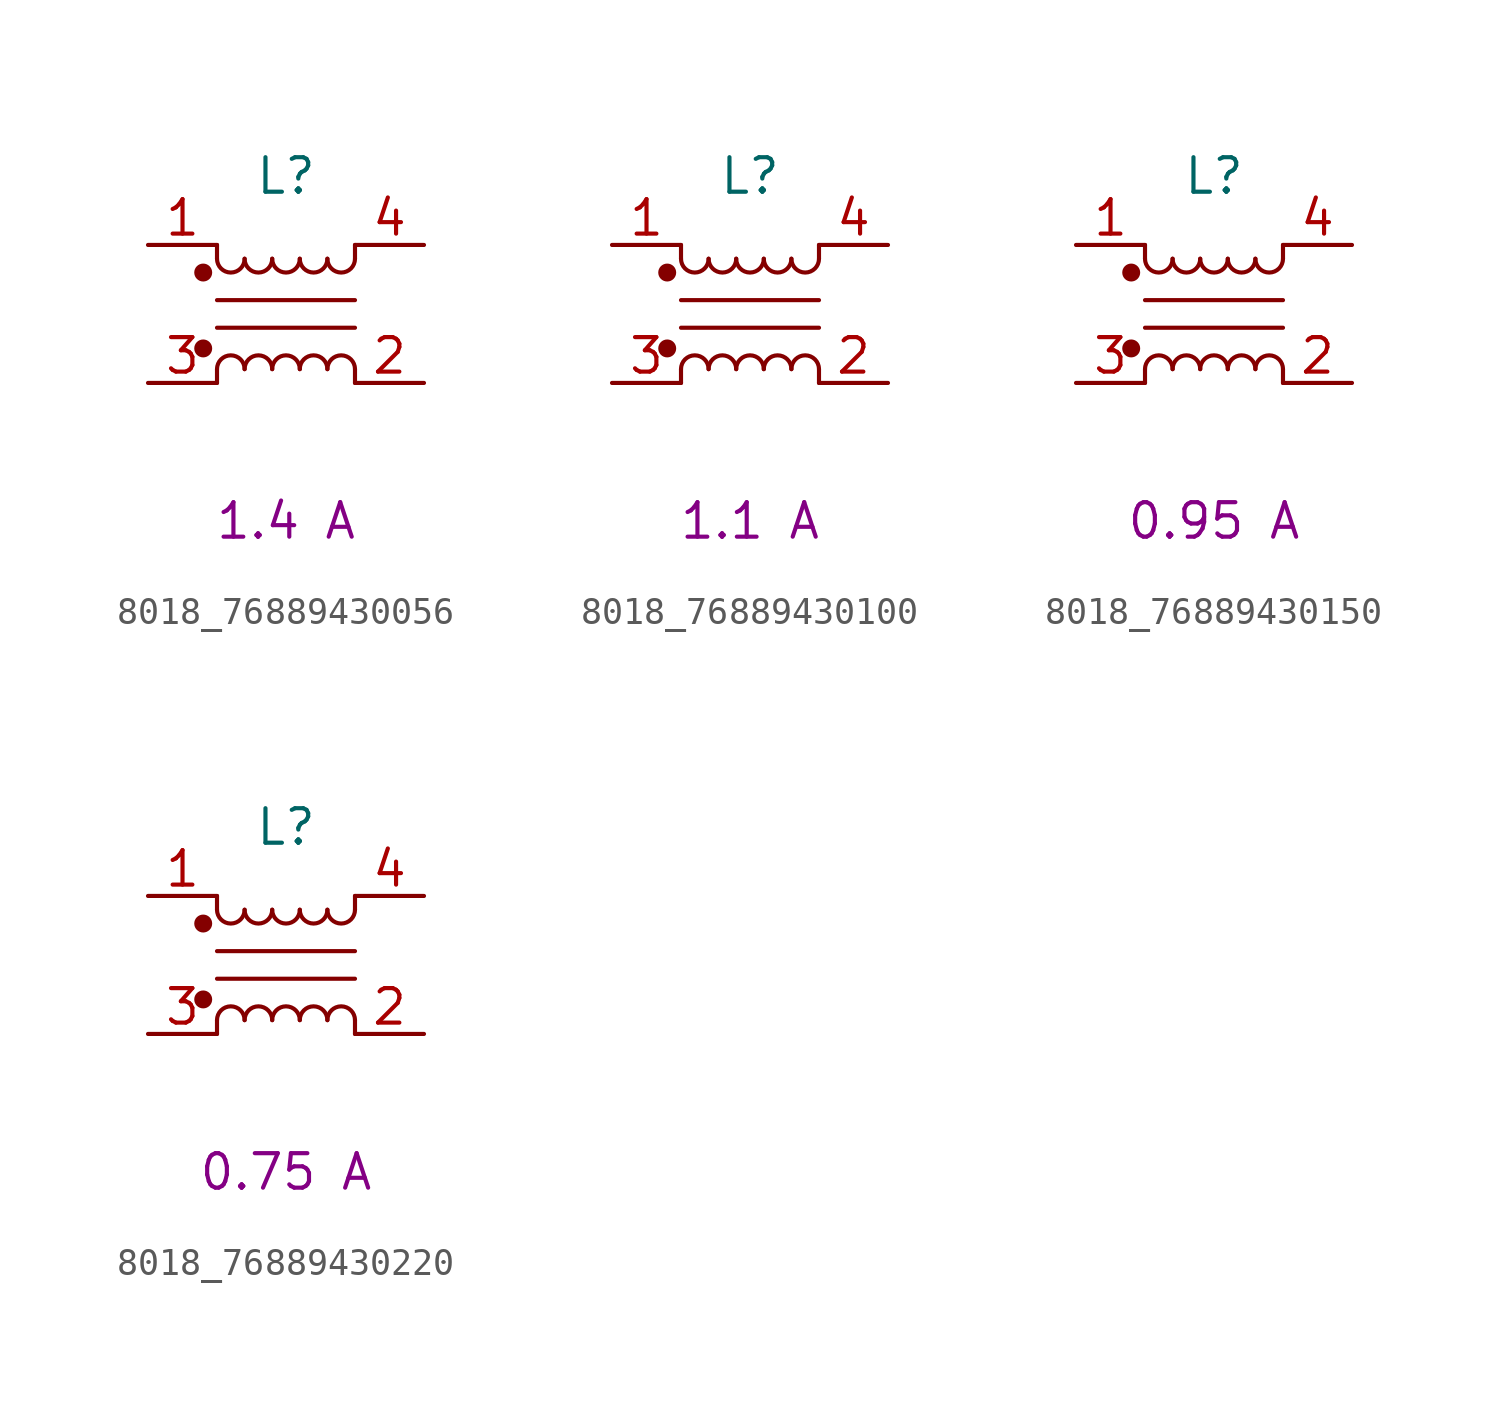
<source format=kicad_sym>
(kicad_symbol_lib
  (version 20220914)
  (generator kicad_symbol_editor)
  (symbol "8018_76889430056"
    (pin_names hide)
    (property "Reference" "L"
      (at 0 5.08 0)
      (effects (font (size 1.27 1.27))))
    (property "Critical Parameter" "1.4 A"
      (at 0 -7.62 0)
      (effects (font (size 1.27 1.27))))
    (symbol "8018_76889430056_0_1"
      (circle (center -3.048 -1.27) (radius 0.254) (stroke (width 0) (type default)) (fill (type outline)))
      (circle (center -3.048 1.524) (radius 0.254) (stroke (width 0) (type default)) (fill (type outline)))
      (arc (start -2.54 2.032) (mid -2.032 1.5262) (end -1.524 2.032) (stroke (width 0) (type default)) (fill (type none)))
      (arc (start -1.524 -2.032) (mid -2.032 -1.5262) (end -2.54 -2.032) (stroke (width 0) (type default)) (fill (type none)))
      (arc (start -1.524 2.032) (mid -1.016 1.5262) (end -0.508 2.032) (stroke (width 0) (type default)) (fill (type none)))
      (arc (start -0.508 -2.032) (mid -1.016 -1.5262) (end -1.524 -2.032) (stroke (width 0) (type default)) (fill (type none)))
      (arc (start -0.508 2.032) (mid 0 1.5262) (end 0.508 2.032) (stroke (width 0) (type default)) (fill (type none)))
      (polyline (pts (xy -2.54 -2.032) (xy -2.54 -2.54)) (stroke (width 0) (type default)) (fill (type none)))
      (polyline (pts (xy -2.54 0.508) (xy 2.54 0.508)) (stroke (width 0) (type default)) (fill (type none)))
      (polyline (pts (xy -2.54 2.032) (xy -2.54 2.54)) (stroke (width 0) (type default)) (fill (type none)))
      (polyline (pts (xy 2.54 -2.032) (xy 2.54 -2.54)) (stroke (width 0) (type default)) (fill (type none)))
      (polyline (pts (xy 2.54 -0.508) (xy -2.54 -0.508)) (stroke (width 0) (type default)) (fill (type none)))
      (polyline (pts (xy 2.54 2.54) (xy 2.54 2.032)) (stroke (width 0) (type default)) (fill (type none)))
      (arc (start 0.508 -2.032) (mid 0 -1.5262) (end -0.508 -2.032) (stroke (width 0) (type default)) (fill (type none)))
      (arc (start 0.508 2.032) (mid 1.016 1.5262) (end 1.524 2.032) (stroke (width 0) (type default)) (fill (type none)))
      (arc (start 1.524 -2.032) (mid 1.016 -1.5262) (end 0.508 -2.032) (stroke (width 0) (type default)) (fill (type none)))
      (arc (start 1.524 2.032) (mid 2.032 1.5262) (end 2.54 2.032) (stroke (width 0) (type default)) (fill (type none)))
      (arc (start 2.54 -2.032) (mid 2.032 -1.5262) (end 1.524 -2.032) (stroke (width 0) (type default)) (fill (type none))))
    (symbol "8018_76889430056_1_1"
      (pin passive line (at -5.08 2.54 0) (length 2.54) (name "1" (effects (font (size 1.27 1.27)))) (number "1" (effects (font (size 1.27 1.27)))))
      (pin passive line (at 5.08 -2.54 180) (length 2.54) (name "2" (effects (font (size 1.27 1.27)))) (number "2" (effects (font (size 1.27 1.27)))))
      (pin passive line (at -5.08 -2.54 0) (length 2.54) (name "3" (effects (font (size 1.27 1.27)))) (number "3" (effects (font (size 1.27 1.27)))))
      (pin passive line (at 5.08 2.54 180) (length 2.54) (name "4" (effects (font (size 1.27 1.27)))) (number "4" (effects (font (size 1.27 1.27)))))))
  (symbol "8018_76889430100"
    (pin_names hide)
    (property "Reference" "L"
      (at 0 5.08 0)
      (effects (font (size 1.27 1.27))))
    (property "Critical Parameter" "1.1 A"
      (at 0 -7.62 0)
      (effects (font (size 1.27 1.27))))
    (symbol "8018_76889430100_0_1"
      (circle (center -3.048 -1.27) (radius 0.254) (stroke (width 0) (type default)) (fill (type outline)))
      (circle (center -3.048 1.524) (radius 0.254) (stroke (width 0) (type default)) (fill (type outline)))
      (arc (start -2.54 2.032) (mid -2.032 1.5262) (end -1.524 2.032) (stroke (width 0) (type default)) (fill (type none)))
      (arc (start -1.524 -2.032) (mid -2.032 -1.5262) (end -2.54 -2.032) (stroke (width 0) (type default)) (fill (type none)))
      (arc (start -1.524 2.032) (mid -1.016 1.5262) (end -0.508 2.032) (stroke (width 0) (type default)) (fill (type none)))
      (arc (start -0.508 -2.032) (mid -1.016 -1.5262) (end -1.524 -2.032) (stroke (width 0) (type default)) (fill (type none)))
      (arc (start -0.508 2.032) (mid 0 1.5262) (end 0.508 2.032) (stroke (width 0) (type default)) (fill (type none)))
      (polyline (pts (xy -2.54 -2.032) (xy -2.54 -2.54)) (stroke (width 0) (type default)) (fill (type none)))
      (polyline (pts (xy -2.54 0.508) (xy 2.54 0.508)) (stroke (width 0) (type default)) (fill (type none)))
      (polyline (pts (xy -2.54 2.032) (xy -2.54 2.54)) (stroke (width 0) (type default)) (fill (type none)))
      (polyline (pts (xy 2.54 -2.032) (xy 2.54 -2.54)) (stroke (width 0) (type default)) (fill (type none)))
      (polyline (pts (xy 2.54 -0.508) (xy -2.54 -0.508)) (stroke (width 0) (type default)) (fill (type none)))
      (polyline (pts (xy 2.54 2.54) (xy 2.54 2.032)) (stroke (width 0) (type default)) (fill (type none)))
      (arc (start 0.508 -2.032) (mid 0 -1.5262) (end -0.508 -2.032) (stroke (width 0) (type default)) (fill (type none)))
      (arc (start 0.508 2.032) (mid 1.016 1.5262) (end 1.524 2.032) (stroke (width 0) (type default)) (fill (type none)))
      (arc (start 1.524 -2.032) (mid 1.016 -1.5262) (end 0.508 -2.032) (stroke (width 0) (type default)) (fill (type none)))
      (arc (start 1.524 2.032) (mid 2.032 1.5262) (end 2.54 2.032) (stroke (width 0) (type default)) (fill (type none)))
      (arc (start 2.54 -2.032) (mid 2.032 -1.5262) (end 1.524 -2.032) (stroke (width 0) (type default)) (fill (type none))))
    (symbol "8018_76889430100_1_1"
      (pin passive line (at -5.08 2.54 0) (length 2.54) (name "1" (effects (font (size 1.27 1.27)))) (number "1" (effects (font (size 1.27 1.27)))))
      (pin passive line (at 5.08 -2.54 180) (length 2.54) (name "2" (effects (font (size 1.27 1.27)))) (number "2" (effects (font (size 1.27 1.27)))))
      (pin passive line (at -5.08 -2.54 0) (length 2.54) (name "3" (effects (font (size 1.27 1.27)))) (number "3" (effects (font (size 1.27 1.27)))))
      (pin passive line (at 5.08 2.54 180) (length 2.54) (name "4" (effects (font (size 1.27 1.27)))) (number "4" (effects (font (size 1.27 1.27)))))))
  (symbol "8018_76889430150"
    (pin_names hide)
    (property "Reference" "L"
      (at 0 5.08 0)
      (effects (font (size 1.27 1.27))))
    (property "Critical Parameter" "0.95 A"
      (at 0 -7.62 0)
      (effects (font (size 1.27 1.27))))
    (symbol "8018_76889430150_0_1"
      (circle (center -3.048 -1.27) (radius 0.254) (stroke (width 0) (type default)) (fill (type outline)))
      (circle (center -3.048 1.524) (radius 0.254) (stroke (width 0) (type default)) (fill (type outline)))
      (arc (start -2.54 2.032) (mid -2.032 1.5262) (end -1.524 2.032) (stroke (width 0) (type default)) (fill (type none)))
      (arc (start -1.524 -2.032) (mid -2.032 -1.5262) (end -2.54 -2.032) (stroke (width 0) (type default)) (fill (type none)))
      (arc (start -1.524 2.032) (mid -1.016 1.5262) (end -0.508 2.032) (stroke (width 0) (type default)) (fill (type none)))
      (arc (start -0.508 -2.032) (mid -1.016 -1.5262) (end -1.524 -2.032) (stroke (width 0) (type default)) (fill (type none)))
      (arc (start -0.508 2.032) (mid 0 1.5262) (end 0.508 2.032) (stroke (width 0) (type default)) (fill (type none)))
      (polyline (pts (xy -2.54 -2.032) (xy -2.54 -2.54)) (stroke (width 0) (type default)) (fill (type none)))
      (polyline (pts (xy -2.54 0.508) (xy 2.54 0.508)) (stroke (width 0) (type default)) (fill (type none)))
      (polyline (pts (xy -2.54 2.032) (xy -2.54 2.54)) (stroke (width 0) (type default)) (fill (type none)))
      (polyline (pts (xy 2.54 -2.032) (xy 2.54 -2.54)) (stroke (width 0) (type default)) (fill (type none)))
      (polyline (pts (xy 2.54 -0.508) (xy -2.54 -0.508)) (stroke (width 0) (type default)) (fill (type none)))
      (polyline (pts (xy 2.54 2.54) (xy 2.54 2.032)) (stroke (width 0) (type default)) (fill (type none)))
      (arc (start 0.508 -2.032) (mid 0 -1.5262) (end -0.508 -2.032) (stroke (width 0) (type default)) (fill (type none)))
      (arc (start 0.508 2.032) (mid 1.016 1.5262) (end 1.524 2.032) (stroke (width 0) (type default)) (fill (type none)))
      (arc (start 1.524 -2.032) (mid 1.016 -1.5262) (end 0.508 -2.032) (stroke (width 0) (type default)) (fill (type none)))
      (arc (start 1.524 2.032) (mid 2.032 1.5262) (end 2.54 2.032) (stroke (width 0) (type default)) (fill (type none)))
      (arc (start 2.54 -2.032) (mid 2.032 -1.5262) (end 1.524 -2.032) (stroke (width 0) (type default)) (fill (type none))))
    (symbol "8018_76889430150_1_1"
      (pin passive line (at -5.08 2.54 0) (length 2.54) (name "1" (effects (font (size 1.27 1.27)))) (number "1" (effects (font (size 1.27 1.27)))))
      (pin passive line (at 5.08 -2.54 180) (length 2.54) (name "2" (effects (font (size 1.27 1.27)))) (number "2" (effects (font (size 1.27 1.27)))))
      (pin passive line (at -5.08 -2.54 0) (length 2.54) (name "3" (effects (font (size 1.27 1.27)))) (number "3" (effects (font (size 1.27 1.27)))))
      (pin passive line (at 5.08 2.54 180) (length 2.54) (name "4" (effects (font (size 1.27 1.27)))) (number "4" (effects (font (size 1.27 1.27)))))))
  (symbol "8018_76889430220"
    (pin_names hide)
    (property "Reference" "L"
      (at 0 5.08 0)
      (effects (font (size 1.27 1.27))))
    (property "Critical Parameter" "0.75 A"
      (at 0 -7.62 0)
      (effects (font (size 1.27 1.27))))
    (symbol "8018_76889430220_0_1"
      (circle (center -3.048 -1.27) (radius 0.254) (stroke (width 0) (type default)) (fill (type outline)))
      (circle (center -3.048 1.524) (radius 0.254) (stroke (width 0) (type default)) (fill (type outline)))
      (arc (start -2.54 2.032) (mid -2.032 1.5262) (end -1.524 2.032) (stroke (width 0) (type default)) (fill (type none)))
      (arc (start -1.524 -2.032) (mid -2.032 -1.5262) (end -2.54 -2.032) (stroke (width 0) (type default)) (fill (type none)))
      (arc (start -1.524 2.032) (mid -1.016 1.5262) (end -0.508 2.032) (stroke (width 0) (type default)) (fill (type none)))
      (arc (start -0.508 -2.032) (mid -1.016 -1.5262) (end -1.524 -2.032) (stroke (width 0) (type default)) (fill (type none)))
      (arc (start -0.508 2.032) (mid 0 1.5262) (end 0.508 2.032) (stroke (width 0) (type default)) (fill (type none)))
      (polyline (pts (xy -2.54 -2.032) (xy -2.54 -2.54)) (stroke (width 0) (type default)) (fill (type none)))
      (polyline (pts (xy -2.54 0.508) (xy 2.54 0.508)) (stroke (width 0) (type default)) (fill (type none)))
      (polyline (pts (xy -2.54 2.032) (xy -2.54 2.54)) (stroke (width 0) (type default)) (fill (type none)))
      (polyline (pts (xy 2.54 -2.032) (xy 2.54 -2.54)) (stroke (width 0) (type default)) (fill (type none)))
      (polyline (pts (xy 2.54 -0.508) (xy -2.54 -0.508)) (stroke (width 0) (type default)) (fill (type none)))
      (polyline (pts (xy 2.54 2.54) (xy 2.54 2.032)) (stroke (width 0) (type default)) (fill (type none)))
      (arc (start 0.508 -2.032) (mid 0 -1.5262) (end -0.508 -2.032) (stroke (width 0) (type default)) (fill (type none)))
      (arc (start 0.508 2.032) (mid 1.016 1.5262) (end 1.524 2.032) (stroke (width 0) (type default)) (fill (type none)))
      (arc (start 1.524 -2.032) (mid 1.016 -1.5262) (end 0.508 -2.032) (stroke (width 0) (type default)) (fill (type none)))
      (arc (start 1.524 2.032) (mid 2.032 1.5262) (end 2.54 2.032) (stroke (width 0) (type default)) (fill (type none)))
      (arc (start 2.54 -2.032) (mid 2.032 -1.5262) (end 1.524 -2.032) (stroke (width 0) (type default)) (fill (type none))))
    (symbol "8018_76889430220_1_1"
      (pin passive line (at -5.08 2.54 0) (length 2.54) (name "1" (effects (font (size 1.27 1.27)))) (number "1" (effects (font (size 1.27 1.27)))))
      (pin passive line (at 5.08 -2.54 180) (length 2.54) (name "2" (effects (font (size 1.27 1.27)))) (number "2" (effects (font (size 1.27 1.27)))))
      (pin passive line (at -5.08 -2.54 0) (length 2.54) (name "3" (effects (font (size 1.27 1.27)))) (number "3" (effects (font (size 1.27 1.27)))))
      (pin passive line (at 5.08 2.54 180) (length 2.54) (name "4" (effects (font (size 1.27 1.27)))) (number "4" (effects (font (size 1.27 1.27))))))))
</source>
